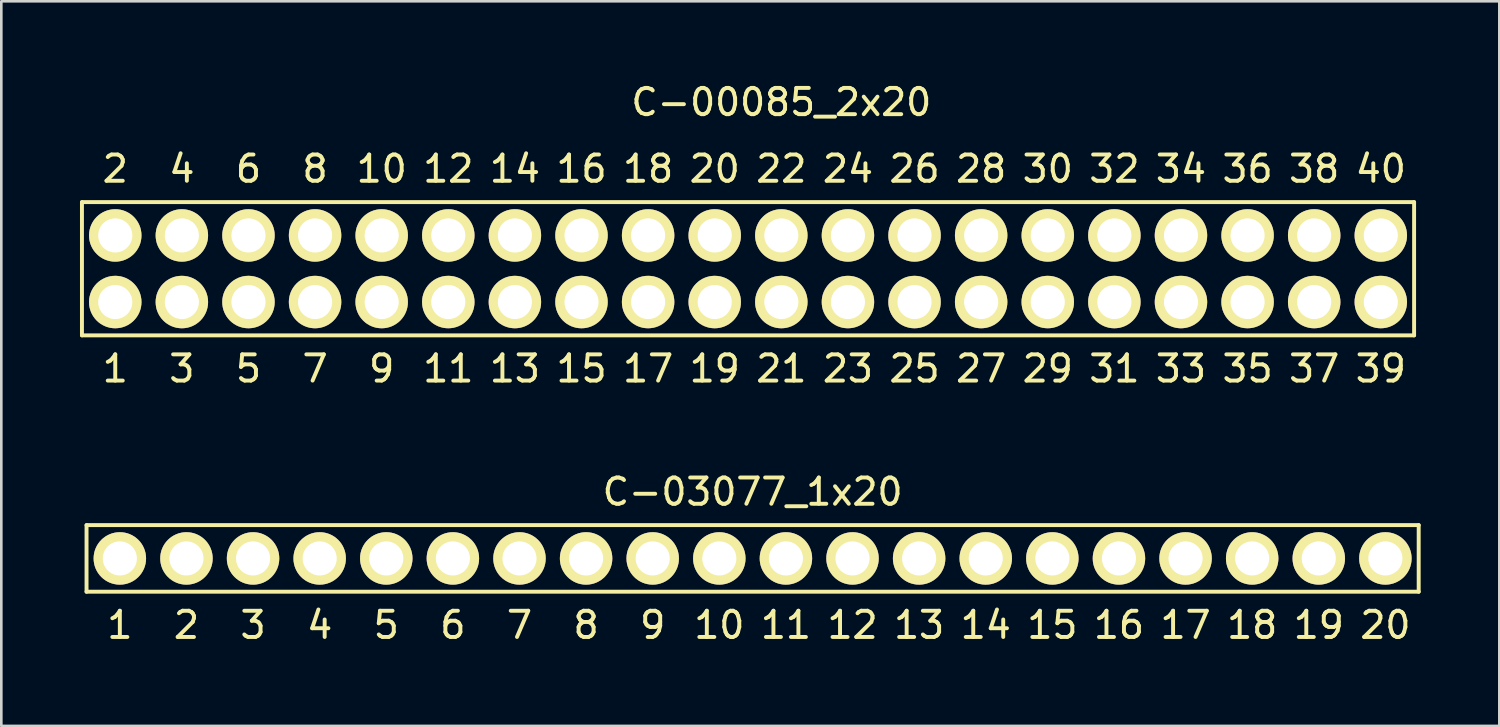
<source format=kicad_pcb>
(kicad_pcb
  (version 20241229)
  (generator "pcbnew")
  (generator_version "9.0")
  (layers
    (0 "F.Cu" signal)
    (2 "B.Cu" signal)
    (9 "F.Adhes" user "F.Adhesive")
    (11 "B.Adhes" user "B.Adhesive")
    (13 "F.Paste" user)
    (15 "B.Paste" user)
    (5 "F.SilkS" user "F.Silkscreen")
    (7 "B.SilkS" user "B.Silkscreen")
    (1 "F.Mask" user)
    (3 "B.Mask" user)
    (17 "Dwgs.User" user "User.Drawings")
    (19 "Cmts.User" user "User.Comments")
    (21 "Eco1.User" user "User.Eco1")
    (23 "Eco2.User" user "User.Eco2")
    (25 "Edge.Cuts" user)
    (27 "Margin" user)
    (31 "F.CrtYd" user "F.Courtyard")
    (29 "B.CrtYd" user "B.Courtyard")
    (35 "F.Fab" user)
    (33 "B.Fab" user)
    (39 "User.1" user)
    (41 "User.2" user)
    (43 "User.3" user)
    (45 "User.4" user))
  (footprint "C-03077_1x20"
    (layer "F.Cu")
    (at 0.25 19.515)
    (property "Reference" "C-03077_1x20" (at 25.4 -3.81 0) (layer "F.SilkS") (effects (font (size 1 1) (thickness 0.15))))
    (attr through_hole)
    (fp_line (start 0 -2.54) (end 0 0) (stroke (width 0.15) (type solid)) (layer "F.SilkS"))
    (fp_line (start 50.8 -2.54) (end 0 -2.54) (stroke (width 0.15) (type solid)) (layer "F.SilkS"))
    (fp_line (start 50.8 0) (end 0 0) (stroke (width 0.15) (type solid)) (layer "F.SilkS"))
    (fp_line (start 50.8 0) (end 50.8 -2.54) (stroke (width 0.15) (type solid)) (layer "F.SilkS"))
    (fp_text user "7" (at 16.51 1.27 0) (layer "F.SilkS") (effects (font (size 1 1) (thickness 0.15))))
    (fp_text user "3" (at 6.35 1.27 0) (layer "F.SilkS") (effects (font (size 1 1) (thickness 0.15))))
    (fp_text user "18" (at 44.45 1.27 0) (layer "F.SilkS") (effects (font (size 1 1) (thickness 0.15))))
    (fp_text user "2" (at 3.81 1.27 0) (layer "F.SilkS") (effects (font (size 1 1) (thickness 0.15))))
    (fp_text user "13" (at 31.75 1.27 0) (layer "F.SilkS") (effects (font (size 1 1) (thickness 0.15))))
    (fp_text user "11" (at 26.67 1.27 0) (layer "F.SilkS") (effects (font (size 1 1) (thickness 0.15))))
    (fp_text user "16" (at 39.37 1.27 0) (layer "F.SilkS") (effects (font (size 1 1) (thickness 0.15))))
    (fp_text user "9" (at 21.59 1.27 0) (layer "F.SilkS") (effects (font (size 1 1) (thickness 0.15))))
    (fp_text user "15" (at 36.83 1.27 0) (layer "F.SilkS") (effects (font (size 1 1) (thickness 0.15))))
    (fp_text user "19" (at 46.99 1.27 0) (layer "F.SilkS") (effects (font (size 1 1) (thickness 0.15))))
    (fp_text user "5" (at 11.43 1.27 0) (layer "F.SilkS") (effects (font (size 1 1) (thickness 0.15))))
    (fp_text user "10" (at 24.13 1.27 0) (layer "F.SilkS") (effects (font (size 1 1) (thickness 0.15))))
    (fp_text user "14" (at 34.29 1.27 0) (layer "F.SilkS") (effects (font (size 1 1) (thickness 0.15))))
    (fp_text user "20" (at 49.53 1.27 0) (layer "F.SilkS") (effects (font (size 1 1) (thickness 0.15))))
    (fp_text user "4" (at 8.89 1.27 0) (layer "F.SilkS") (effects (font (size 1 1) (thickness 0.15))))
    (fp_text user "12" (at 29.21 1.27 0) (layer "F.SilkS") (effects (font (size 1 1) (thickness 0.15))))
    (fp_text user "1" (at 1.27 1.27 0) (layer "F.SilkS") (effects (font (size 1 1) (thickness 0.15))))
    (fp_text user "6" (at 13.97 1.27 0) (layer "F.SilkS") (effects (font (size 1 1) (thickness 0.15))))
    (fp_text user "17" (at 41.91 1.27 0) (layer "F.SilkS") (effects (font (size 1 1) (thickness 0.15))))
    (fp_text user "8" (at 19.05 1.27 0) (layer "F.SilkS") (effects (font (size 1 1) (thickness 0.15))))
    (pad "1" thru_hole circle (at 1.27 -1.27) (size 2 2) (drill 1.3) (layers "*.Cu" "*.Mask" "F.SilkS"))
    (pad "2" thru_hole circle (at 3.81 -1.27) (size 2 2) (drill 1.3) (layers "*.Cu" "*.Mask" "F.SilkS"))
    (pad "3" thru_hole circle (at 6.35 -1.27) (size 2 2) (drill 1.3) (layers "*.Cu" "*.Mask" "F.SilkS"))
    (pad "4" thru_hole circle (at 8.89 -1.27) (size 2 2) (drill 1.3) (layers "*.Cu" "*.Mask" "F.SilkS"))
    (pad "5" thru_hole circle (at 11.43 -1.27) (size 2 2) (drill 1.3) (layers "*.Cu" "*.Mask" "F.SilkS"))
    (pad "6" thru_hole circle (at 13.97 -1.27) (size 2 2) (drill 1.3) (layers "*.Cu" "*.Mask" "F.SilkS"))
    (pad "7" thru_hole circle (at 16.51 -1.27) (size 2 2) (drill 1.3) (layers "*.Cu" "*.Mask" "F.SilkS"))
    (pad "8" thru_hole circle (at 19.05 -1.27) (size 2 2) (drill 1.3) (layers "*.Cu" "*.Mask" "F.SilkS"))
    (pad "9" thru_hole circle (at 21.59 -1.27) (size 2 2) (drill 1.3) (layers "*.Cu" "*.Mask" "F.SilkS"))
    (pad "10" thru_hole circle (at 24.13 -1.27) (size 2 2) (drill 1.3) (layers "*.Cu" "*.Mask" "F.SilkS"))
    (pad "11" thru_hole circle (at 26.67 -1.27) (size 2 2) (drill 1.3) (layers "*.Cu" "*.Mask" "F.SilkS"))
    (pad "12" thru_hole circle (at 29.21 -1.27) (size 2 2) (drill 1.3) (layers "*.Cu" "*.Mask" "F.SilkS"))
    (pad "13" thru_hole circle (at 31.75 -1.27) (size 2 2) (drill 1.3) (layers "*.Cu" "*.Mask" "F.SilkS"))
    (pad "14" thru_hole circle (at 34.29 -1.27) (size 2 2) (drill 1.3) (layers "*.Cu" "*.Mask" "F.SilkS"))
    (pad "15" thru_hole circle (at 36.83 -1.27) (size 2 2) (drill 1.3) (layers "*.Cu" "*.Mask" "F.SilkS"))
    (pad "16" thru_hole circle (at 39.37 -1.27) (size 2 2) (drill 1.3) (layers "*.Cu" "*.Mask" "F.SilkS"))
    (pad "17" thru_hole circle (at 41.91 -1.27) (size 2 2) (drill 1.3) (layers "*.Cu" "*.Mask" "F.SilkS"))
    (pad "18" thru_hole circle (at 44.45 -1.27) (size 2 2) (drill 1.3) (layers "*.Cu" "*.Mask" "F.SilkS"))
    (pad "19" thru_hole circle (at 46.99 -1.27) (size 2 2) (drill 1.3) (layers "*.Cu" "*.Mask" "F.SilkS"))
    (pad "20" thru_hole circle (at 49.53 -1.27) (size 2 2) (drill 1.3) (layers "*.Cu" "*.Mask" "F.SilkS")))
  (footprint "C-00085_2x20"
    (layer "F.Cu")
    (at 1.345 8.468)
    (property "Reference" "C-00085_2x20" (at 25.4 -7.62 0) (layer "F.SilkS") (effects (font (size 1 1) (thickness 0.15))))
    (attr through_hole)
    (fp_line (start -1.27 -3.81) (end 49.53 -3.81) (stroke (width 0.15) (type solid)) (layer "F.SilkS"))
    (fp_line (start -1.27 1.27) (end -1.27 -3.81) (stroke (width 0.15) (type solid)) (layer "F.SilkS"))
    (fp_line (start 49.53 -3.81) (end 49.53 1.27) (stroke (width 0.15) (type solid)) (layer "F.SilkS"))
    (fp_line (start 49.53 1.27) (end -1.27 1.27) (stroke (width 0.15) (type solid)) (layer "F.SilkS"))
    (fp_text user "17" (at 20.32 2.54 0) (layer "F.SilkS") (effects (font (size 1 1) (thickness 0.15))))
    (fp_text user "11" (at 12.7 2.54 0) (layer "F.SilkS") (effects (font (size 1 1) (thickness 0.15))))
    (fp_text user "39" (at 48.26 2.54 0) (layer "F.SilkS") (effects (font (size 1 1) (thickness 0.15))))
    (fp_text user "25" (at 30.48 2.54 0) (layer "F.SilkS") (effects (font (size 1 1) (thickness 0.15))))
    (fp_text user "13" (at 15.24 2.54 0) (layer "F.SilkS") (effects (font (size 1 1) (thickness 0.15))))
    (fp_text user "37" (at 45.72 2.54 0) (layer "F.SilkS") (effects (font (size 1 1) (thickness 0.15))))
    (fp_text user "26" (at 30.48 -5.08 0) (layer "F.SilkS") (effects (font (size 1 1) (thickness 0.15))))
    (fp_text user "35" (at 43.18 2.54 0) (layer "F.SilkS") (effects (font (size 1 1) (thickness 0.15))))
    (fp_text user "33" (at 40.64 2.54 0) (layer "F.SilkS") (effects (font (size 1 1) (thickness 0.15))))
    (fp_text user "40" (at 48.26 -5.08 0) (layer "F.SilkS") (effects (font (size 1 1) (thickness 0.15))))
    (fp_text user "14" (at 15.24 -5.08 0) (layer "F.SilkS") (effects (font (size 1 1) (thickness 0.15))))
    (fp_text user "10" (at 10.16 -5.08 0) (layer "F.SilkS") (effects (font (size 1 1) (thickness 0.15))))
    (fp_text user "28" (at 33.02 -5.08 0) (layer "F.SilkS") (effects (font (size 1 1) (thickness 0.15))))
    (fp_text user "20" (at 22.86 -5.08 0) (layer "F.SilkS") (effects (font (size 1 1) (thickness 0.15))))
    (fp_text user "38" (at 45.72 -5.08 0) (layer "F.SilkS") (effects (font (size 1 1) (thickness 0.15))))
    (fp_text user "4" (at 2.54 -5.08 0) (layer "F.SilkS") (effects (font (size 1 1) (thickness 0.15))))
    (fp_text user "5" (at 5.08 2.54 0) (layer "F.SilkS") (effects (font (size 1 1) (thickness 0.15))))
    (fp_text user "24" (at 27.94 -5.08 0) (layer "F.SilkS") (effects (font (size 1 1) (thickness 0.15))))
    (fp_text user "8" (at 7.62 -5.08 0) (layer "F.SilkS") (effects (font (size 1 1) (thickness 0.15))))
    (fp_text user "32" (at 38.1 -5.08 0) (layer "F.SilkS") (effects (font (size 1 1) (thickness 0.15))))
    (fp_text user "31" (at 38.1 2.54 0) (layer "F.SilkS") (effects (font (size 1 1) (thickness 0.15))))
    (fp_text user "22" (at 25.4 -5.08 0) (layer "F.SilkS") (effects (font (size 1 1) (thickness 0.15))))
    (fp_text user "1" (at 0 2.54 0) (layer "F.SilkS") (effects (font (size 1 1) (thickness 0.15))))
    (fp_text user "30" (at 35.56 -5.08 0) (layer "F.SilkS") (effects (font (size 1 1) (thickness 0.15))))
    (fp_text user "7" (at 7.62 2.54 0) (layer "F.SilkS") (effects (font (size 1 1) (thickness 0.15))))
    (fp_text user "12" (at 12.7 -5.08 0) (layer "F.SilkS") (effects (font (size 1 1) (thickness 0.15))))
    (fp_text user "36" (at 43.18 -5.08 0) (layer "F.SilkS") (effects (font (size 1 1) (thickness 0.15))))
    (fp_text user "29" (at 35.56 2.54 0) (layer "F.SilkS") (effects (font (size 1 1) (thickness 0.15))))
    (fp_text user "21" (at 25.4 2.54 0) (layer "F.SilkS") (effects (font (size 1 1) (thickness 0.15))))
    (fp_text user "27" (at 33.02 2.54 0) (layer "F.SilkS") (effects (font (size 1 1) (thickness 0.15))))
    (fp_text user "9" (at 10.16 2.54 0) (layer "F.SilkS") (effects (font (size 1 1) (thickness 0.15))))
    (fp_text user "23" (at 27.94 2.54 0) (layer "F.SilkS") (effects (font (size 1 1) (thickness 0.15))))
    (fp_text user "15" (at 17.78 2.54 0) (layer "F.SilkS") (effects (font (size 1 1) (thickness 0.15))))
    (fp_text user "6" (at 5.08 -5.08 0) (layer "F.SilkS") (effects (font (size 1 1) (thickness 0.15))))
    (fp_text user "19" (at 22.86 2.54 0) (layer "F.SilkS") (effects (font (size 1 1) (thickness 0.15))))
    (fp_text user "18" (at 20.32 -5.08 0) (layer "F.SilkS") (effects (font (size 1 1) (thickness 0.15))))
    (fp_text user "16" (at 17.78 -5.08 0) (layer "F.SilkS") (effects (font (size 1 1) (thickness 0.15))))
    (fp_text user "3" (at 2.54 2.54 0) (layer "F.SilkS") (effects (font (size 1 1) (thickness 0.15))))
    (fp_text user "34" (at 40.64 -5.08 0) (layer "F.SilkS") (effects (font (size 1 1) (thickness 0.15))))
    (fp_text user "2" (at 0 -5.08 0) (layer "F.SilkS") (effects (font (size 1 1) (thickness 0.15))))
    (pad "1" thru_hole circle (at 0 0) (size 2 2) (drill 1.3) (layers "*.Cu" "*.Mask" "F.SilkS"))
    (pad "2" thru_hole circle (at 0 -2.54) (size 2 2) (drill 1.3) (layers "*.Cu" "*.Mask" "F.SilkS"))
    (pad "3" thru_hole circle (at 2.54 0) (size 2 2) (drill 1.3) (layers "*.Cu" "*.Mask" "F.SilkS"))
    (pad "4" thru_hole circle (at 2.54 -2.54) (size 2 2) (drill 1.3) (layers "*.Cu" "*.Mask" "F.SilkS"))
    (pad "5" thru_hole circle (at 5.08 0) (size 2 2) (drill 1.3) (layers "*.Cu" "*.Mask" "F.SilkS"))
    (pad "6" thru_hole circle (at 5.08 -2.54) (size 2 2) (drill 1.3) (layers "*.Cu" "*.Mask" "F.SilkS"))
    (pad "7" thru_hole circle (at 7.62 0) (size 2 2) (drill 1.3) (layers "*.Cu" "*.Mask" "F.SilkS"))
    (pad "8" thru_hole circle (at 7.62 -2.54) (size 2 2) (drill 1.3) (layers "*.Cu" "*.Mask" "F.SilkS"))
    (pad "9" thru_hole circle (at 10.16 0) (size 2 2) (drill 1.3) (layers "*.Cu" "*.Mask" "F.SilkS"))
    (pad "10" thru_hole circle (at 10.16 -2.54) (size 2 2) (drill 1.3) (layers "*.Cu" "*.Mask" "F.SilkS"))
    (pad "11" thru_hole circle (at 12.7 0) (size 2 2) (drill 1.3) (layers "*.Cu" "*.Mask" "F.SilkS"))
    (pad "12" thru_hole circle (at 12.7 -2.54) (size 2 2) (drill 1.3) (layers "*.Cu" "*.Mask" "F.SilkS"))
    (pad "13" thru_hole circle (at 15.24 0) (size 2 2) (drill 1.3) (layers "*.Cu" "*.Mask" "F.SilkS"))
    (pad "14" thru_hole circle (at 15.24 -2.54) (size 2 2) (drill 1.3) (layers "*.Cu" "*.Mask" "F.SilkS"))
    (pad "15" thru_hole circle (at 17.78 0) (size 2 2) (drill 1.3) (layers "*.Cu" "*.Mask" "F.SilkS"))
    (pad "16" thru_hole circle (at 17.78 -2.54) (size 2 2) (drill 1.3) (layers "*.Cu" "*.Mask" "F.SilkS"))
    (pad "17" thru_hole circle (at 20.32 0) (size 2 2) (drill 1.3) (layers "*.Cu" "*.Mask" "F.SilkS"))
    (pad "18" thru_hole circle (at 20.32 -2.54) (size 2 2) (drill 1.3) (layers "*.Cu" "*.Mask" "F.SilkS"))
    (pad "19" thru_hole circle (at 22.86 0) (size 2 2) (drill 1.3) (layers "*.Cu" "*.Mask" "F.SilkS"))
    (pad "20" thru_hole circle (at 22.86 -2.54) (size 2 2) (drill 1.3) (layers "*.Cu" "*.Mask" "F.SilkS"))
    (pad "21" thru_hole circle (at 25.4 0) (size 2 2) (drill 1.3) (layers "*.Cu" "*.Mask" "F.SilkS"))
    (pad "22" thru_hole circle (at 25.4 -2.54) (size 2 2) (drill 1.3) (layers "*.Cu" "*.Mask" "F.SilkS"))
    (pad "23" thru_hole circle (at 27.94 0) (size 2 2) (drill 1.3) (layers "*.Cu" "*.Mask" "F.SilkS"))
    (pad "24" thru_hole circle (at 27.94 -2.54) (size 2 2) (drill 1.3) (layers "*.Cu" "*.Mask" "F.SilkS"))
    (pad "25" thru_hole circle (at 30.48 0) (size 2 2) (drill 1.3) (layers "*.Cu" "*.Mask" "F.SilkS"))
    (pad "26" thru_hole circle (at 30.48 -2.54) (size 2 2) (drill 1.3) (layers "*.Cu" "*.Mask" "F.SilkS"))
    (pad "27" thru_hole circle (at 33.02 0) (size 2 2) (drill 1.3) (layers "*.Cu" "*.Mask" "F.SilkS"))
    (pad "28" thru_hole circle (at 33.02 -2.54) (size 2 2) (drill 1.3) (layers "*.Cu" "*.Mask" "F.SilkS"))
    (pad "29" thru_hole circle (at 35.56 0) (size 2 2) (drill 1.3) (layers "*.Cu" "*.Mask" "F.SilkS"))
    (pad "30" thru_hole circle (at 35.56 -2.54) (size 2 2) (drill 1.3) (layers "*.Cu" "*.Mask" "F.SilkS"))
    (pad "31" thru_hole circle (at 38.1 0) (size 2 2) (drill 1.3) (layers "*.Cu" "*.Mask" "F.SilkS"))
    (pad "32" thru_hole circle (at 38.1 -2.54) (size 2 2) (drill 1.3) (layers "*.Cu" "*.Mask" "F.SilkS"))
    (pad "33" thru_hole circle (at 40.64 0) (size 2 2) (drill 1.3) (layers "*.Cu" "*.Mask" "F.SilkS"))
    (pad "34" thru_hole circle (at 40.64 -2.54) (size 2 2) (drill 1.3) (layers "*.Cu" "*.Mask" "F.SilkS"))
    (pad "35" thru_hole circle (at 43.18 0) (size 2 2) (drill 1.3) (layers "*.Cu" "*.Mask" "F.SilkS"))
    (pad "36" thru_hole circle (at 43.18 -2.54) (size 2 2) (drill 1.3) (layers "*.Cu" "*.Mask" "F.SilkS"))
    (pad "37" thru_hole circle (at 45.72 0) (size 2 2) (drill 1.3) (layers "*.Cu" "*.Mask" "F.SilkS"))
    (pad "38" thru_hole circle (at 45.72 -2.54) (size 2 2) (drill 1.3) (layers "*.Cu" "*.Mask" "F.SilkS"))
    (pad "39" thru_hole circle (at 48.26 0) (size 2 2) (drill 1.3) (layers "*.Cu" "*.Mask" "F.SilkS"))
    (pad "40" thru_hole circle (at 48.26 -2.54) (size 2 2) (drill 1.3) (layers "*.Cu" "*.Mask" "F.SilkS")))
  (gr_rect
    (start -3 -3)
    (end 54.125 24.633)
    (stroke (width 0.1) (type default))
    (fill no)
    (layer "Edge.Cuts")))
</source>
